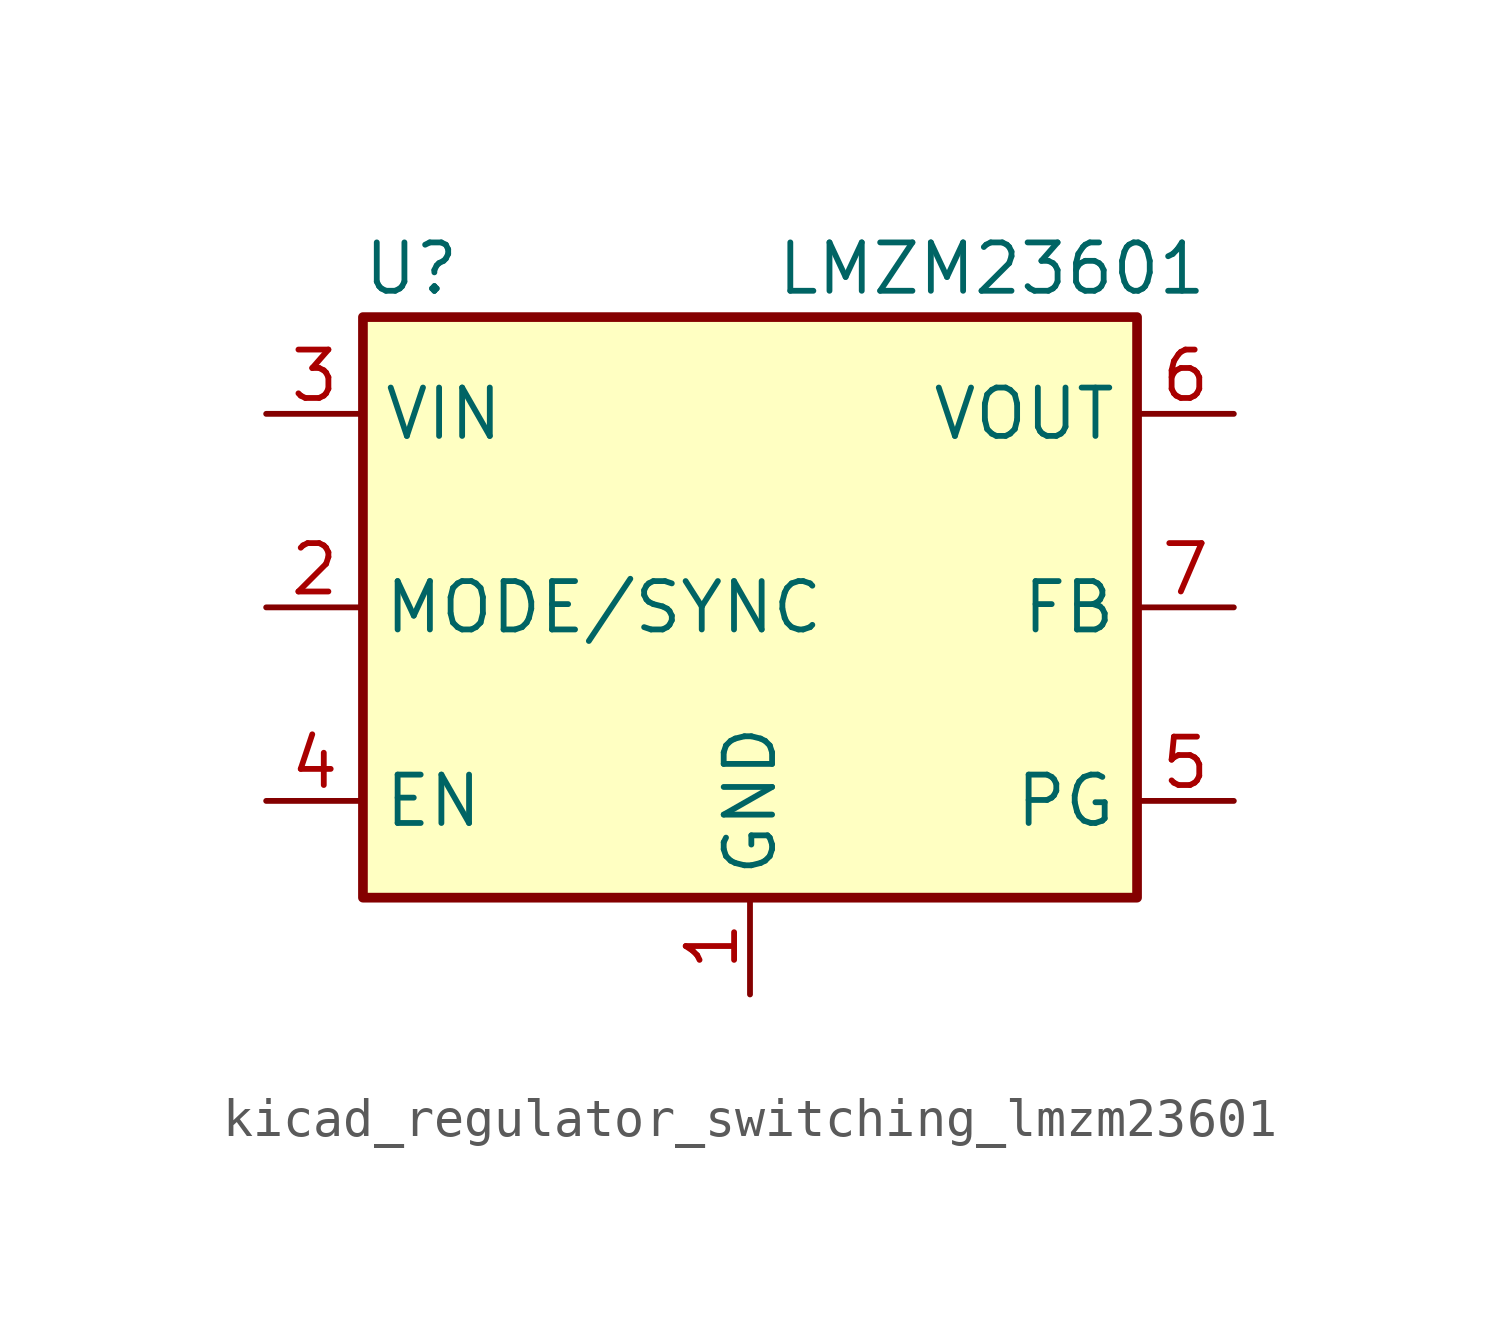
<source format=kicad_sym>
(kicad_symbol_lib
  (version 20220914)
  (generator kicad_symbol_editor)
  (symbol "kicad_regulator_switching_lmzm23601"
    (property "Reference" "U"
      (at -8.89 8.89 0)
      (effects (font (size 1.27 1.27))))
    (property "Value" "LMZM23601"
      (at 6.35 8.89 0)
      (effects (font (size 1.27 1.27))))
    (symbol "kicad_regulator_switching_lmzm23601_0_1"
      (rectangle (start -10.16 7.62) (end 10.16 -7.62) (stroke (width 0.254) (type default)) (fill (type background))))
    (symbol "kicad_regulator_switching_lmzm23601_1_1"
      (pin power_in line (at 0 -10.16 90) (length 2.54) (name "GND" (effects (font (size 1.27 1.27)))) (number "1" (effects (font (size 1.27 1.27)))))
      (pin no_connect line (at -2.54 -7.62 90) (length 2.54) hide (name "~" (effects (font (size 1.27 1.27)))) (number "10" (effects (font (size 1.27 1.27)))))
      (pin passive line (at 0 -10.16 90) (length 2.54) hide (name "GND" (effects (font (size 1.27 1.27)))) (number "11" (effects (font (size 1.27 1.27)))))
      (pin input line (at -12.7 0 0) (length 2.54) (name "MODE/SYNC" (effects (font (size 1.27 1.27)))) (number "2" (effects (font (size 1.27 1.27)))))
      (pin power_in line (at -12.7 5.08 0) (length 2.54) (name "VIN" (effects (font (size 1.27 1.27)))) (number "3" (effects (font (size 1.27 1.27)))))
      (pin input line (at -12.7 -5.08 0) (length 2.54) (name "EN" (effects (font (size 1.27 1.27)))) (number "4" (effects (font (size 1.27 1.27)))))
      (pin open_collector line (at 12.7 -5.08 180) (length 2.54) (name "PG" (effects (font (size 1.27 1.27)))) (number "5" (effects (font (size 1.27 1.27)))))
      (pin power_out line (at 12.7 5.08 180) (length 2.54) (name "VOUT" (effects (font (size 1.27 1.27)))) (number "6" (effects (font (size 1.27 1.27)))))
      (pin input line (at 12.7 0 180) (length 2.54) (name "FB" (effects (font (size 1.27 1.27)))) (number "7" (effects (font (size 1.27 1.27)))))
      (pin no_connect line (at 5.08 -7.62 90) (length 2.54) hide (name "~" (effects (font (size 1.27 1.27)))) (number "8" (effects (font (size 1.27 1.27)))))
      (pin no_connect line (at 2.54 -7.62 90) (length 2.54) hide (name "~" (effects (font (size 1.27 1.27)))) (number "9" (effects (font (size 1.27 1.27))))))))
</source>
